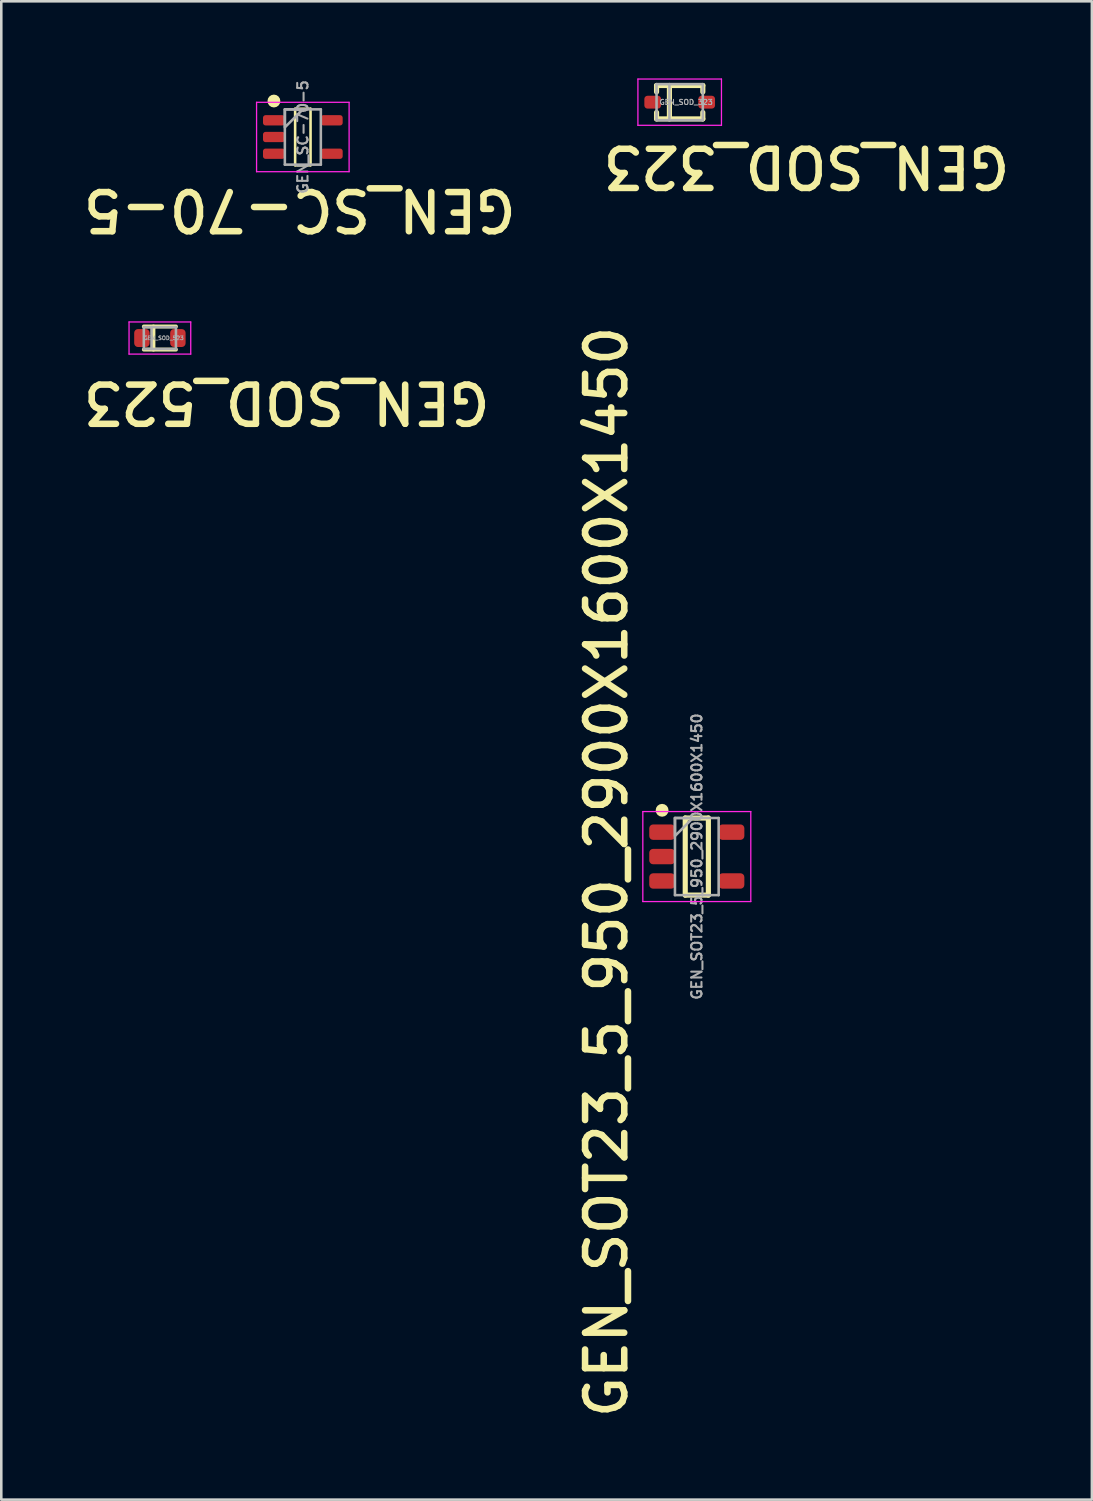
<source format=kicad_pcb>
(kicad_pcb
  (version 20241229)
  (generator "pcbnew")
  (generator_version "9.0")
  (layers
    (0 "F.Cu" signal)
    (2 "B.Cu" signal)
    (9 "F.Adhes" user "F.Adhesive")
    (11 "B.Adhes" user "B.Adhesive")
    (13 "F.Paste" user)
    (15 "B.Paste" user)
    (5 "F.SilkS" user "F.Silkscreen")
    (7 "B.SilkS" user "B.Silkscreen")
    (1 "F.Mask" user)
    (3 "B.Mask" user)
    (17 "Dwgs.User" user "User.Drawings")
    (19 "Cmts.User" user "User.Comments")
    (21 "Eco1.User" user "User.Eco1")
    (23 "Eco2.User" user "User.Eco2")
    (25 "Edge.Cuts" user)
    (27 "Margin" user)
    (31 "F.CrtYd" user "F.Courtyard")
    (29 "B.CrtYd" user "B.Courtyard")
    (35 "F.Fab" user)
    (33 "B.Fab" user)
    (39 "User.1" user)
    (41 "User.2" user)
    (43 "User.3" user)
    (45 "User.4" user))
  (footprint "GEN_SOD_523"
    (layer "F.Cu")
    (at 3.17 10.1)
    (property "Reference" "GEN_SOD_523" (at 4.933 2.504 180) (unlocked yes) (layer "F.SilkS") (effects (font (size 1.524 1.524) (thickness 0.254))))
    (fp_line (start -0.625 -0.45) (end 0.625 -0.45) (stroke (width 0.15) (type solid)) (layer "F.SilkS"))
    (fp_line (start -0.625 0.45) (end 0.625 0.45) (stroke (width 0.15) (type solid)) (layer "F.SilkS"))
    (fp_line (start -0.25 -0.45) (end -0.25 0.45) (stroke (width 0.15) (type solid)) (layer "F.SilkS"))
    (fp_line (start -1.2 -0.625) (end -1.2 0.625) (stroke (width 0.05) (type solid)) (layer "F.CrtYd"))
    (fp_line (start -1.2 -0.625) (end 1.2 -0.625) (stroke (width 0.05) (type solid)) (layer "F.CrtYd"))
    (fp_line (start -1.2 0.625) (end 1.2 0.625) (stroke (width 0.05) (type solid)) (layer "F.CrtYd"))
    (fp_line (start 1.2 -0.625) (end 1.2 0.625) (stroke (width 0.05) (type solid)) (layer "F.CrtYd"))
    (fp_line (start -0.625 -0.425) (end -0.625 0.425) (stroke (width 0.1) (type default)) (layer "F.Fab"))
    (fp_line (start -0.625 -0.425) (end 0.625 -0.425) (stroke (width 0.1) (type solid)) (layer "F.Fab"))
    (fp_line (start -0.625 0.425) (end 0.625 0.425) (stroke (width 0.1) (type solid)) (layer "F.Fab"))
    (fp_line (start -0.325 -0.425) (end -0.325 0.425) (stroke (width 0.1) (type default)) (layer "F.Fab"))
    (fp_line (start 0.625 0.425) (end 0.625 -0.425) (stroke (width 0.1) (type default)) (layer "F.Fab"))
    (fp_text user "${REFERENCE}" (at 0.15 0 0) (unlocked yes) (layer "F.Fab") (effects (font (size 0.15 0.15) (thickness 0.03) (bold yes))))
    (pad "1" smd roundrect (at -0.7 0) (size 0.6 0.7) (layers "F.Cu" "F.Mask" "F.Paste") (roundrect_rratio 0.25))
    (pad "2" smd roundrect (at 0.7 0) (size 0.6 0.7) (layers "F.Cu" "F.Mask" "F.Paste") (roundrect_rratio 0.25)))
  (footprint "GEN_SC-70-5"
    (layer "F.Cu")
    (at 8.731 2.28)
    (property "Reference" "GEN_SC-70-5" (at -0.12 2.833 180) (unlocked yes) (layer "F.SilkS") (effects (font (size 1.524 1.524) (thickness 0.254))))
    (attr smd)
    (fp_line (start -0.3 -1.1) (end -0.3 1.1) (stroke (width 0.1) (type solid)) (layer "F.SilkS"))
    (fp_line (start -0.3 -1.1) (end 0.3 -1.1) (stroke (width 0.1) (type solid)) (layer "F.SilkS"))
    (fp_line (start -0.3 1.1) (end 0.3 1.1) (stroke (width 0.1) (type solid)) (layer "F.SilkS"))
    (fp_line (start 0.3 -1.1) (end 0.3 1.1) (stroke (width 0.1) (type solid)) (layer "F.SilkS"))
    (fp_circle (center -1.125 -1.4) (end -1.125 -1.275) (stroke (width 0.25) (type solid)) (fill no) (layer "F.SilkS"))
    (fp_line (start -1.8 -1.35) (end -1.8 1.35) (stroke (width 0.05) (type solid)) (layer "F.CrtYd"))
    (fp_line (start -1.8 -1.35) (end 1.8 -1.35) (stroke (width 0.05) (type solid)) (layer "F.CrtYd"))
    (fp_line (start -1.8 1.35) (end 1.8 1.35) (stroke (width 0.05) (type solid)) (layer "F.CrtYd"))
    (fp_line (start 1.8 -1.35) (end 1.8 1.35) (stroke (width 0.05) (type solid)) (layer "F.CrtYd"))
    (fp_line (start -0.7 -1.075) (end -0.7 1.075) (stroke (width 0.1) (type solid)) (layer "F.Fab"))
    (fp_line (start -0.7 -1.075) (end 0.7 -1.075) (stroke (width 0.1) (type solid)) (layer "F.Fab"))
    (fp_line (start -0.7 1.075) (end 0.7 1.075) (stroke (width 0.1) (type solid)) (layer "F.Fab"))
    (fp_line (start 0.7 -1.075) (end 0.7 1.075) (stroke (width 0.1) (type solid)) (layer "F.Fab"))
    (fp_poly (pts (xy -0.7 -0.375) (xy 0 -1.075) (xy -0.7 -1.075)) (stroke (width 0.1) (type default)) (fill no) (layer "F.Fab"))
    (fp_text user "${REFERENCE}" (at 0 0 90) (unlocked yes) (layer "F.Fab") (effects (font (size 0.4 0.4) (thickness 0.08) (bold yes))))
    (pad "1" smd roundrect (at -1.125 -0.65 90) (size 0.4 0.85) (layers "F.Cu" "F.Mask" "F.Paste") (roundrect_rratio 0.25))
    (pad "2" smd roundrect (at -1.125 0 90) (size 0.4 0.85) (layers "F.Cu" "F.Mask" "F.Paste") (roundrect_rratio 0.25))
    (pad "3" smd roundrect (at -1.125 0.65 90) (size 0.4 0.85) (layers "F.Cu" "F.Mask" "F.Paste") (roundrect_rratio 0.25))
    (pad "4" smd roundrect (at 1.125 0.65 90) (size 0.4 0.85) (layers "F.Cu" "F.Mask" "F.Paste") (roundrect_rratio 0.25))
    (pad "5" smd roundrect (at 1.125 -0.65 90) (size 0.4 0.85) (layers "F.Cu" "F.Mask" "F.Paste") (roundrect_rratio 0.25)))
  (footprint "GEN_SOT23_5_950_2900X1600X1450"
    (layer "F.Cu")
    (at 24.057 30.272)
    (property "Reference" "GEN_SOT23_5_950_2900X1600X1450" (at -3.515 0.597 90) (unlocked yes) (layer "F.SilkS") (effects (font (size 1.524 1.524) (thickness 0.254))))
    (attr smd)
    (fp_line (start -0.45 1.5) (end -0.45 -1.5) (stroke (width 0.2) (type solid)) (layer "F.SilkS"))
    (fp_line (start 0.45 -1.5) (end -0.45 -1.5) (stroke (width 0.2) (type solid)) (layer "F.SilkS"))
    (fp_line (start 0.45 1.5) (end -0.45 1.5) (stroke (width 0.2) (type solid)) (layer "F.SilkS"))
    (fp_line (start 0.45 1.5) (end 0.45 -1.5) (stroke (width 0.2) (type solid)) (layer "F.SilkS"))
    (fp_circle (center -1.35 -1.8) (end -1.475 -1.8) (stroke (width 0.25) (type solid)) (fill no) (layer "F.SilkS"))
    (fp_line (start -2.1 1.75) (end -2.1 -1.75) (stroke (width 0.05) (type solid)) (layer "F.CrtYd"))
    (fp_line (start 2.1 -1.75) (end -2.1 -1.75) (stroke (width 0.05) (type solid)) (layer "F.CrtYd"))
    (fp_line (start 2.1 1.75) (end -2.1 1.75) (stroke (width 0.05) (type solid)) (layer "F.CrtYd"))
    (fp_line (start 2.1 1.75) (end 2.1 -1.75) (stroke (width 0.05) (type solid)) (layer "F.CrtYd"))
    (fp_line (start -0.85 1.5) (end -0.85 -1.5) (stroke (width 0.1) (type solid)) (layer "F.Fab"))
    (fp_line (start 0.85 -1.5) (end -0.85 -1.5) (stroke (width 0.1) (type solid)) (layer "F.Fab"))
    (fp_line (start 0.85 1.5) (end -0.85 1.5) (stroke (width 0.1) (type solid)) (layer "F.Fab"))
    (fp_line (start 0.85 1.5) (end 0.85 -1.5) (stroke (width 0.1) (type solid)) (layer "F.Fab"))
    (fp_poly (pts (xy -0.85 -0.8) (xy -0.15 -1.5) (xy -0.85 -1.5)) (stroke (width 0.1) (type default)) (fill no) (layer "F.Fab"))
    (fp_text user "${REFERENCE}" (at 0 0 90) (unlocked yes) (layer "F.Fab") (effects (font (size 0.4 0.4) (thickness 0.08) (bold yes))))
    (pad "1" smd roundrect (at -1.35 -0.95 90) (size 0.6 1) (layers "F.Cu" "F.Mask" "F.Paste") (roundrect_rratio 0.25))
    (pad "2" smd roundrect (at -1.35 0 90) (size 0.6 1) (layers "F.Cu" "F.Mask" "F.Paste") (roundrect_rratio 0.25))
    (pad "3" smd roundrect (at -1.35 0.95 90) (size 0.6 1) (layers "F.Cu" "F.Mask" "F.Paste") (roundrect_rratio 0.25))
    (pad "4" smd roundrect (at 1.35 0.95 90) (size 0.6 1) (layers "F.Cu" "F.Mask" "F.Paste") (roundrect_rratio 0.25))
    (pad "5" smd roundrect (at 1.35 -0.95 90) (size 0.6 1) (layers "F.Cu" "F.Mask" "F.Paste") (roundrect_rratio 0.25)))
  (footprint "GEN_SOD_323"
    (layer "F.Cu")
    (at 23.391 0.925)
    (property "Reference" "GEN_SOD_323" (at 4.933 2.504 180) (unlocked yes) (layer "F.SilkS") (effects (font (size 1.524 1.524) (thickness 0.254))))
    (attr smd)
    (fp_line (start -0.9 -0.65) (end -0.9 -0.4) (stroke (width 0.2) (type solid)) (layer "F.SilkS"))
    (fp_line (start -0.9 -0.65) (end 0.9 -0.65) (stroke (width 0.2) (type solid)) (layer "F.SilkS"))
    (fp_line (start -0.9 0.4) (end -0.9 0.65) (stroke (width 0.2) (type solid)) (layer "F.SilkS"))
    (fp_line (start -0.9 0.65) (end 0.9 0.65) (stroke (width 0.2) (type solid)) (layer "F.SilkS"))
    (fp_line (start -0.4 -0.65) (end -0.4 0.65) (stroke (width 0.2) (type solid)) (layer "F.SilkS"))
    (fp_line (start 0.9 -0.65) (end 0.9 -0.4) (stroke (width 0.2) (type solid)) (layer "F.SilkS"))
    (fp_line (start 0.9 0.4) (end 0.9 0.65) (stroke (width 0.2) (type solid)) (layer "F.SilkS"))
    (fp_line (start -1.625 -0.9) (end -1.625 0.9) (stroke (width 0.05) (type solid)) (layer "F.CrtYd"))
    (fp_line (start -1.625 -0.9) (end 1.625 -0.9) (stroke (width 0.05) (type solid)) (layer "F.CrtYd"))
    (fp_line (start -1.625 0.9) (end 1.625 0.9) (stroke (width 0.05) (type solid)) (layer "F.CrtYd"))
    (fp_line (start 1.625 -0.9) (end 1.625 0.9) (stroke (width 0.05) (type solid)) (layer "F.CrtYd"))
    (fp_line (start -0.9 -0.7) (end -0.9 -0.4) (stroke (width 0.1) (type solid)) (layer "F.Fab"))
    (fp_line (start -0.9 -0.7) (end 0.9 -0.7) (stroke (width 0.1) (type solid)) (layer "F.Fab"))
    (fp_line (start -0.9 -0.4) (end -0.9 0.7) (stroke (width 0.1) (type solid)) (layer "F.Fab"))
    (fp_line (start -0.9 0.7) (end 0.9 0.7) (stroke (width 0.1) (type solid)) (layer "F.Fab"))
    (fp_line (start -0.4 -0.7) (end -0.4 0.7) (stroke (width 0.1) (type solid)) (layer "F.Fab"))
    (fp_line (start 0.9 -0.7) (end 0.9 -0.4) (stroke (width 0.1) (type solid)) (layer "F.Fab"))
    (fp_line (start 0.9 -0.4) (end 0.9 0.7) (stroke (width 0.1) (type solid)) (layer "F.Fab"))
    (fp_text user "${REFERENCE}" (at 0.25 0 0) (unlocked yes) (layer "F.Fab") (effects (font (size 0.2 0.2) (thickness 0.04) (bold yes))))
    (pad "1" smd roundrect (at -1.05 0) (size 0.65 0.5) (layers "F.Cu" "F.Mask" "F.Paste") (roundrect_rratio 0.25))
    (pad "2" smd roundrect (at 1.05 0) (size 0.65 0.5) (layers "F.Cu" "F.Mask" "F.Paste") (roundrect_rratio 0.25)))
  (gr_rect
    (start -3 -3)
    (end 39.426 55.289)
    (stroke (width 0.1) (type default))
    (fill no)
    (layer "Edge.Cuts")))
</source>
